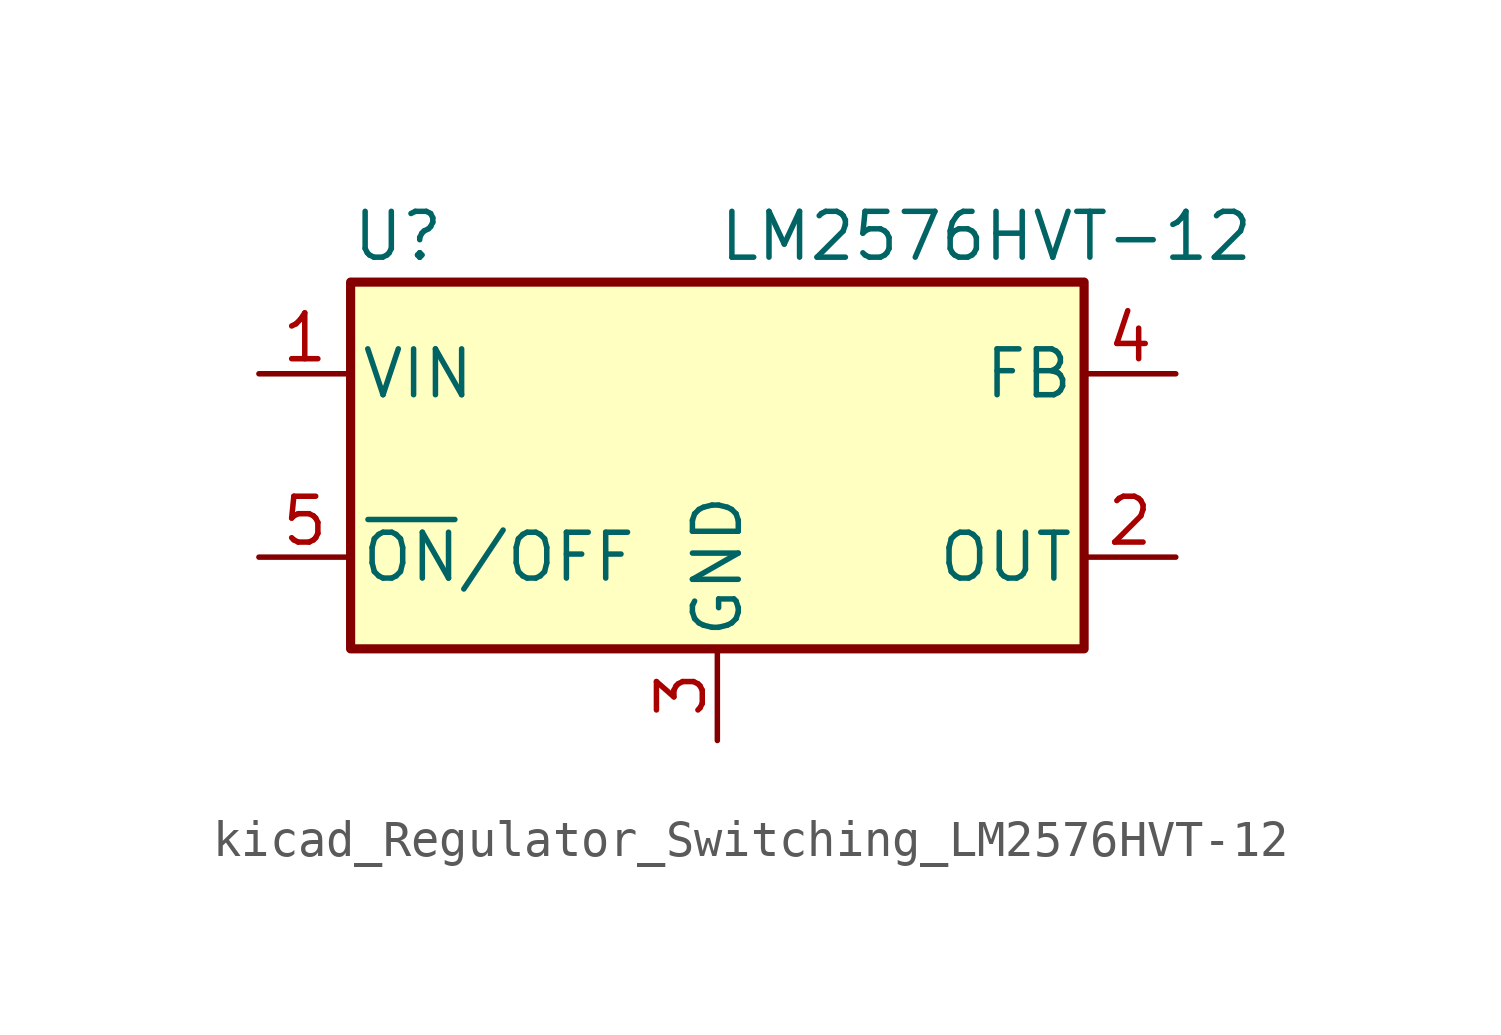
<source format=kicad_sym>
(kicad_symbol_lib
  (version 20220914)
  (generator kicad_symbol_editor)
  (symbol "kicad_Regulator_Switching_LM2576HVT-12"
    (pin_names
      (offset 0.254))
    (property "Reference" "U"
      (at -10.16 6.35 0)
      (effects (font (size 1.27 1.27)) (justify left)))
    (property "Value" "LM2576HVT-12"
      (at 0 6.35 0)
      (effects (font (size 1.27 1.27)) (justify left)))
    (symbol "kicad_Regulator_Switching_LM2576HVT-12_0_1"
      (rectangle (start -10.16 5.08) (end 10.16 -5.08) (stroke (width 0.254) (type default)) (fill (type background))))
    (symbol "kicad_Regulator_Switching_LM2576HVT-12_1_1"
      (pin power_in line (at -12.7 2.54 0) (length 2.54) (name "VIN" (effects (font (size 1.27 1.27)))) (number "1" (effects (font (size 1.27 1.27)))))
      (pin output line (at 12.7 -2.54 180) (length 2.54) (name "OUT" (effects (font (size 1.27 1.27)))) (number "2" (effects (font (size 1.27 1.27)))))
      (pin power_in line (at 0 -7.62 90) (length 2.54) (name "GND" (effects (font (size 1.27 1.27)))) (number "3" (effects (font (size 1.27 1.27)))))
      (pin input line (at 12.7 2.54 180) (length 2.54) (name "FB" (effects (font (size 1.27 1.27)))) (number "4" (effects (font (size 1.27 1.27)))))
      (pin input line (at -12.7 -2.54 0) (length 2.54) (name "~{ON}/OFF" (effects (font (size 1.27 1.27)))) (number "5" (effects (font (size 1.27 1.27))))))))
</source>
